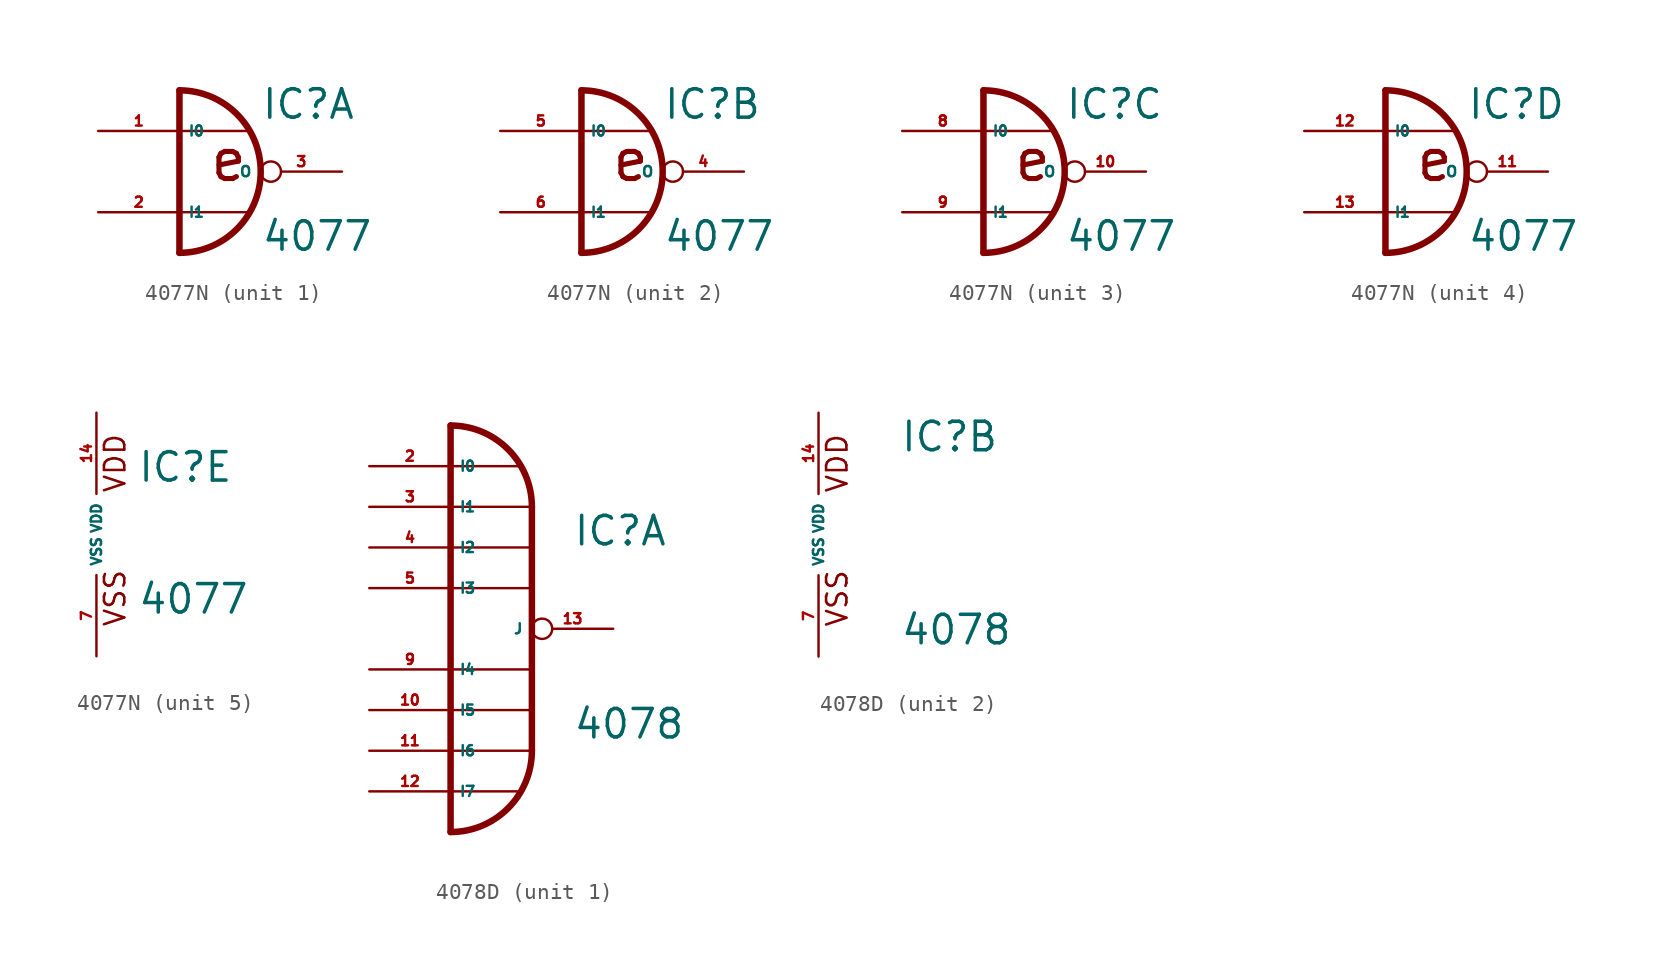
<source format=kicad_sym>
(kicad_symbol_lib
  (version 20220914)
  (generator Eagle2Kicad)
  (symbol "4077N"
    (property "Reference" "IC"
      (at 2.54 3.175 0)
      (effects (font (size 1.778 1.778) (thickness 0.22)) (justify left bottom)))
    (property "Value" "4077"
      (at 2.54 -5.08 0)
      (effects (font (size 1.778 1.778) (thickness 0.22)) (justify left bottom)))
    (symbol "4077N_1_0"
      (arc (start -2.54 -5.08) (mid 2.540 0.000) (end -2.54 5.08) (stroke (width 0.4064) (type default)) (fill (type none)))
      (polyline (pts (xy 1.778 2.54) (xy -2.54 2.54)) (stroke (width 0.152) (type default)) (fill (type none)))
      (polyline (pts (xy 1.778 -2.54) (xy -2.54 -2.54)) (stroke (width 0.152) (type default)) (fill (type none)))
      (polyline (pts (xy -2.54 5.08) (xy -2.54 -5.08)) (stroke (width 0.406) (type default)) (fill (type none)))
      (text "e" (at -0.762 -0.762 0) (effects (font (size 2.54 2.54) (thickness 0.32)) (justify left bottom)))
      (pin input line (at -7.62 2.54 0) (length 5.08) (name "I0" (effects (font (size 0.635 0.635) (thickness 0.08)) (justify left bottom))) (number "1" (effects (font (size 0.635 0.635) (thickness 0.08)) (justify left bottom))))
      (pin input line (at -7.62 -2.54 0) (length 5.08) (name "I1" (effects (font (size 0.635 0.635) (thickness 0.08)) (justify left bottom))) (number "2" (effects (font (size 0.635 0.635) (thickness 0.08)) (justify left bottom))))
      (pin output inverted (at 7.62 0 180) (length 5.08) (name "O" (effects (font (size 0.635 0.635) (thickness 0.08)) (justify left bottom))) (number "3" (effects (font (size 0.635 0.635) (thickness 0.08)) (justify left bottom)))))
    (symbol "4077N_2_0"
      (arc (start -2.54 -5.08) (mid 2.540 0.000) (end -2.54 5.08) (stroke (width 0.4064) (type default)) (fill (type none)))
      (polyline (pts (xy 1.778 2.54) (xy -2.54 2.54)) (stroke (width 0.152) (type default)) (fill (type none)))
      (polyline (pts (xy 1.778 -2.54) (xy -2.54 -2.54)) (stroke (width 0.152) (type default)) (fill (type none)))
      (polyline (pts (xy -2.54 5.08) (xy -2.54 -5.08)) (stroke (width 0.406) (type default)) (fill (type none)))
      (text "e" (at -0.762 -0.762 0) (effects (font (size 2.54 2.54) (thickness 0.32)) (justify left bottom)))
      (pin input line (at -7.62 2.54 0) (length 5.08) (name "I0" (effects (font (size 0.635 0.635) (thickness 0.08)) (justify left bottom))) (number "5" (effects (font (size 0.635 0.635) (thickness 0.08)) (justify left bottom))))
      (pin input line (at -7.62 -2.54 0) (length 5.08) (name "I1" (effects (font (size 0.635 0.635) (thickness 0.08)) (justify left bottom))) (number "6" (effects (font (size 0.635 0.635) (thickness 0.08)) (justify left bottom))))
      (pin output inverted (at 7.62 0 180) (length 5.08) (name "O" (effects (font (size 0.635 0.635) (thickness 0.08)) (justify left bottom))) (number "4" (effects (font (size 0.635 0.635) (thickness 0.08)) (justify left bottom)))))
    (symbol "4077N_3_0"
      (arc (start -2.54 -5.08) (mid 2.540 0.000) (end -2.54 5.08) (stroke (width 0.4064) (type default)) (fill (type none)))
      (polyline (pts (xy 1.778 2.54) (xy -2.54 2.54)) (stroke (width 0.152) (type default)) (fill (type none)))
      (polyline (pts (xy 1.778 -2.54) (xy -2.54 -2.54)) (stroke (width 0.152) (type default)) (fill (type none)))
      (polyline (pts (xy -2.54 5.08) (xy -2.54 -5.08)) (stroke (width 0.406) (type default)) (fill (type none)))
      (text "e" (at -0.762 -0.762 0) (effects (font (size 2.54 2.54) (thickness 0.32)) (justify left bottom)))
      (pin input line (at -7.62 2.54 0) (length 5.08) (name "I0" (effects (font (size 0.635 0.635) (thickness 0.08)) (justify left bottom))) (number "8" (effects (font (size 0.635 0.635) (thickness 0.08)) (justify left bottom))))
      (pin input line (at -7.62 -2.54 0) (length 5.08) (name "I1" (effects (font (size 0.635 0.635) (thickness 0.08)) (justify left bottom))) (number "9" (effects (font (size 0.635 0.635) (thickness 0.08)) (justify left bottom))))
      (pin output inverted (at 7.62 0 180) (length 5.08) (name "O" (effects (font (size 0.635 0.635) (thickness 0.08)) (justify left bottom))) (number "10" (effects (font (size 0.635 0.635) (thickness 0.08)) (justify left bottom)))))
    (symbol "4077N_4_0"
      (arc (start -2.54 -5.08) (mid 2.540 0.000) (end -2.54 5.08) (stroke (width 0.4064) (type default)) (fill (type none)))
      (polyline (pts (xy 1.778 2.54) (xy -2.54 2.54)) (stroke (width 0.152) (type default)) (fill (type none)))
      (polyline (pts (xy 1.778 -2.54) (xy -2.54 -2.54)) (stroke (width 0.152) (type default)) (fill (type none)))
      (polyline (pts (xy -2.54 5.08) (xy -2.54 -5.08)) (stroke (width 0.406) (type default)) (fill (type none)))
      (text "e" (at -0.762 -0.762 0) (effects (font (size 2.54 2.54) (thickness 0.32)) (justify left bottom)))
      (pin input line (at -7.62 2.54 0) (length 5.08) (name "I0" (effects (font (size 0.635 0.635) (thickness 0.08)) (justify left bottom))) (number "12" (effects (font (size 0.635 0.635) (thickness 0.08)) (justify left bottom))))
      (pin input line (at -7.62 -2.54 0) (length 5.08) (name "I1" (effects (font (size 0.635 0.635) (thickness 0.08)) (justify left bottom))) (number "13" (effects (font (size 0.635 0.635) (thickness 0.08)) (justify left bottom))))
      (pin output inverted (at 7.62 0 180) (length 5.08) (name "O" (effects (font (size 0.635 0.635) (thickness 0.08)) (justify left bottom))) (number "11" (effects (font (size 0.635 0.635) (thickness 0.08)) (justify left bottom)))))
    (symbol "4077N_5_0"
      (text "VDD" (at 1.905 2.54 900) (effects (font (size 1.27 1.27) (thickness 0.16)) (justify left bottom)))
      (text "VSS" (at 1.905 -5.842 900) (effects (font (size 1.27 1.27) (thickness 0.16)) (justify left bottom)))
      (pin unspecified line (at 0 -7.62 90) (length 5.08) (name "VSS" (effects (font (size 0.635 0.635) (thickness 0.08)) (justify left bottom))) (number "7" (effects (font (size 0.635 0.635) (thickness 0.08)) (justify left bottom))))
      (pin unspecified line (at 0 7.62 270) (length 5.08) (name "VDD" (effects (font (size 0.635 0.635) (thickness 0.08)) (justify left bottom))) (number "14" (effects (font (size 0.635 0.635) (thickness 0.08)) (justify left bottom))))))
  (symbol "4078D"
    (property "Reference" "IC"
      (at 5.08 5.08 0)
      (effects (font (size 1.778 1.778) (thickness 0.22)) (justify left bottom)))
    (property "Value" "4078"
      (at 5.08 -6.985 0)
      (effects (font (size 1.778 1.778) (thickness 0.22)) (justify left bottom)))
    (symbol "4078D_1_0"
      (arc (start 2.54 7.62) (mid 1.052 11.212) (end -2.54 12.7) (stroke (width 0.4064) (type default)) (fill (type none)))
      (arc (start -2.54 -12.7) (mid 1.052 -11.212) (end 2.54 -7.62) (stroke (width 0.4064) (type default)) (fill (type none)))
      (polyline (pts (xy -2.54 7.62) (xy 2.54 7.62)) (stroke (width 0.152) (type default)) (fill (type none)))
      (polyline (pts (xy -2.54 5.08) (xy 2.54 5.08)) (stroke (width 0.152) (type default)) (fill (type none)))
      (polyline (pts (xy -2.54 2.54) (xy 2.54 2.54)) (stroke (width 0.152) (type default)) (fill (type none)))
      (polyline (pts (xy -2.54 -2.54) (xy 2.54 -2.54)) (stroke (width 0.152) (type default)) (fill (type none)))
      (polyline (pts (xy -2.54 -5.08) (xy 2.54 -5.08)) (stroke (width 0.152) (type default)) (fill (type none)))
      (polyline (pts (xy 2.54 7.62) (xy 2.54 -7.62)) (stroke (width 0.406) (type default)) (fill (type none)))
      (polyline (pts (xy -2.54 -7.62) (xy 2.54 -7.62)) (stroke (width 0.152) (type default)) (fill (type none)))
      (polyline (pts (xy 1.778 10.16) (xy -2.54 10.16)) (stroke (width 0.152) (type default)) (fill (type none)))
      (polyline (pts (xy 1.778 -10.16) (xy -2.54 -10.16)) (stroke (width 0.152) (type default)) (fill (type none)))
      (polyline (pts (xy -2.54 12.7) (xy -2.54 -12.7)) (stroke (width 0.406) (type default)) (fill (type none)))
      (pin input line (at -7.62 10.16 0) (length 5.08) (name "I0" (effects (font (size 0.635 0.635) (thickness 0.08)) (justify left bottom))) (number "2" (effects (font (size 0.635 0.635) (thickness 0.08)) (justify left bottom))))
      (pin input line (at -7.62 7.62 0) (length 5.08) (name "I1" (effects (font (size 0.635 0.635) (thickness 0.08)) (justify left bottom))) (number "3" (effects (font (size 0.635 0.635) (thickness 0.08)) (justify left bottom))))
      (pin input line (at -7.62 5.08 0) (length 5.08) (name "I2" (effects (font (size 0.635 0.635) (thickness 0.08)) (justify left bottom))) (number "4" (effects (font (size 0.635 0.635) (thickness 0.08)) (justify left bottom))))
      (pin input line (at -7.62 2.54 0) (length 5.08) (name "I3" (effects (font (size 0.635 0.635) (thickness 0.08)) (justify left bottom))) (number "5" (effects (font (size 0.635 0.635) (thickness 0.08)) (justify left bottom))))
      (pin input line (at -7.62 -2.54 0) (length 5.08) (name "I4" (effects (font (size 0.635 0.635) (thickness 0.08)) (justify left bottom))) (number "9" (effects (font (size 0.635 0.635) (thickness 0.08)) (justify left bottom))))
      (pin input line (at -7.62 -5.08 0) (length 5.08) (name "I5" (effects (font (size 0.635 0.635) (thickness 0.08)) (justify left bottom))) (number "10" (effects (font (size 0.635 0.635) (thickness 0.08)) (justify left bottom))))
      (pin input line (at -7.62 -7.62 0) (length 5.08) (name "I6" (effects (font (size 0.635 0.635) (thickness 0.08)) (justify left bottom))) (number "11" (effects (font (size 0.635 0.635) (thickness 0.08)) (justify left bottom))))
      (pin input line (at -7.62 -10.16 0) (length 5.08) (name "I7" (effects (font (size 0.635 0.635) (thickness 0.08)) (justify left bottom))) (number "12" (effects (font (size 0.635 0.635) (thickness 0.08)) (justify left bottom))))
      (pin output inverted (at 7.62 0 180) (length 5.08) (name "J" (effects (font (size 0.635 0.635) (thickness 0.08)) (justify left bottom))) (number "13" (effects (font (size 0.635 0.635) (thickness 0.08)) (justify left bottom)))))
    (symbol "4078D_2_0"
      (text "VDD" (at 1.905 2.54 900) (effects (font (size 1.27 1.27) (thickness 0.16)) (justify left bottom)))
      (text "VSS" (at 1.905 -5.842 900) (effects (font (size 1.27 1.27) (thickness 0.16)) (justify left bottom)))
      (pin unspecified line (at 0 -7.62 90) (length 5.08) (name "VSS" (effects (font (size 0.635 0.635) (thickness 0.08)) (justify left bottom))) (number "7" (effects (font (size 0.635 0.635) (thickness 0.08)) (justify left bottom))))
      (pin unspecified line (at 0 7.62 270) (length 5.08) (name "VDD" (effects (font (size 0.635 0.635) (thickness 0.08)) (justify left bottom))) (number "14" (effects (font (size 0.635 0.635) (thickness 0.08)) (justify left bottom)))))))
</source>
